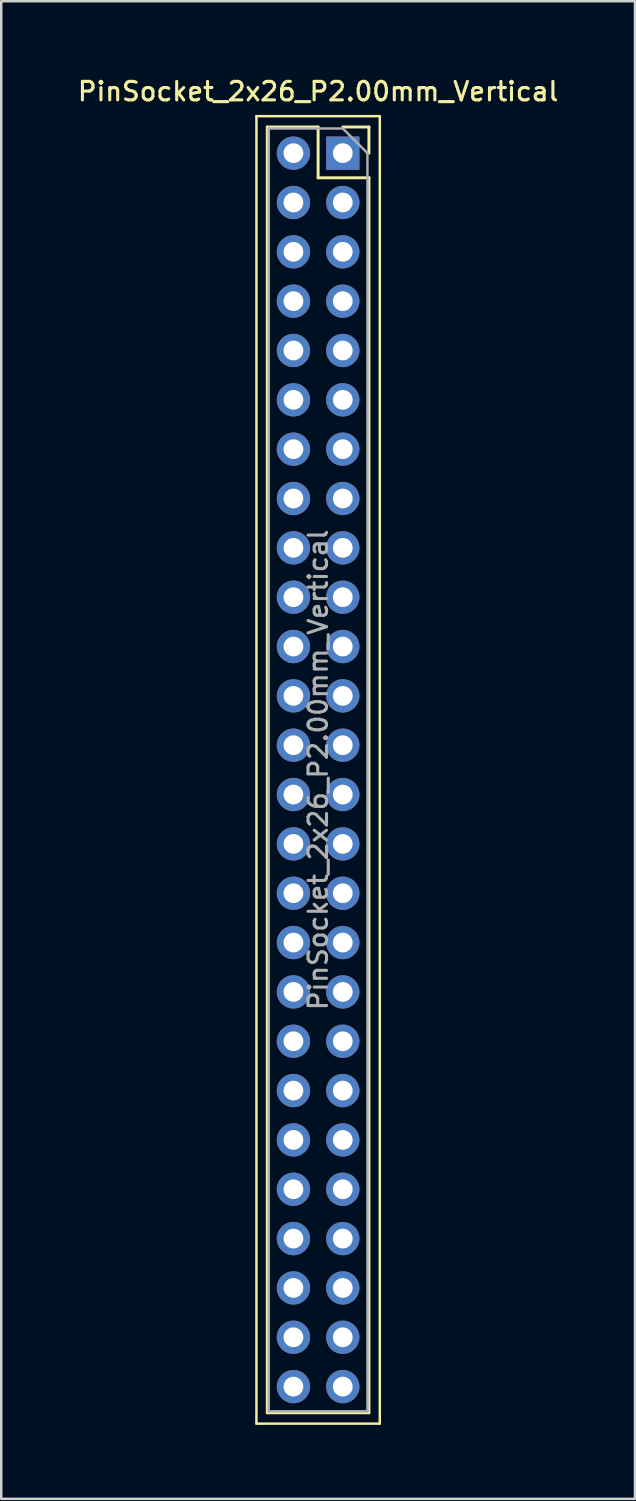
<source format=kicad_pcb>
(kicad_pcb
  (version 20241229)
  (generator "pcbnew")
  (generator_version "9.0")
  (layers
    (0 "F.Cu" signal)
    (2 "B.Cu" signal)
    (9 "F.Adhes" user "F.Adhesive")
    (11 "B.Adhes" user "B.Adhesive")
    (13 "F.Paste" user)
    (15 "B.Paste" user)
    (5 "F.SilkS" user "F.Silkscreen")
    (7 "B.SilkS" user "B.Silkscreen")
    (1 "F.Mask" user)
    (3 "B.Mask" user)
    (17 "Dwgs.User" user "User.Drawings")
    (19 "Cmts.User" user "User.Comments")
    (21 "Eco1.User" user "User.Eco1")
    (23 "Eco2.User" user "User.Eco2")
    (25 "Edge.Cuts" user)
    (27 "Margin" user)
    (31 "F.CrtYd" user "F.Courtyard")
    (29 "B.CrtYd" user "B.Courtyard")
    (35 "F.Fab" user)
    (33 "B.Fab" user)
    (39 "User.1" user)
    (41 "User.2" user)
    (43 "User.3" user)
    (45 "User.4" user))
  (footprint "PinSocket_2x26_P2.00mm_Vertical"
    (layer "F.Cu")
    (at 10.845 3.158)
    (property "Reference" "PinSocket_2x26_P2.00mm_Vertical" (at -1 -2.5 0) (layer "F.SilkS") (effects (font (size 0.75 0.75) (thickness 0.125))))
    (attr through_hole)
    (fp_line (start -3.5 -1.5) (end 1.5 -1.5) (stroke (width 0.1) (type solid)) (layer "F.SilkS"))
    (fp_line (start -3.5 51.5) (end -3.5 -1.5) (stroke (width 0.1) (type solid)) (layer "F.SilkS"))
    (fp_line (start -3.06 -1.06) (end -3.06 51.06) (stroke (width 0.12) (type solid)) (layer "F.SilkS"))
    (fp_line (start -3.06 -1.06) (end -1 -1.06) (stroke (width 0.12) (type solid)) (layer "F.SilkS"))
    (fp_line (start -3.06 51.06) (end 1.06 51.06) (stroke (width 0.12) (type solid)) (layer "F.SilkS"))
    (fp_line (start -1 -1.06) (end -1 1) (stroke (width 0.12) (type solid)) (layer "F.SilkS"))
    (fp_line (start -1 1) (end 1.06 1) (stroke (width 0.12) (type solid)) (layer "F.SilkS"))
    (fp_line (start 0 -1.06) (end 1.06 -1.06) (stroke (width 0.12) (type solid)) (layer "F.SilkS"))
    (fp_line (start 1.06 -1.06) (end 1.06 0) (stroke (width 0.12) (type solid)) (layer "F.SilkS"))
    (fp_line (start 1.06 1) (end 1.06 51.06) (stroke (width 0.12) (type solid)) (layer "F.SilkS"))
    (fp_line (start 1.5 -1.5) (end 1.5 51.5) (stroke (width 0.1) (type solid)) (layer "F.SilkS"))
    (fp_line (start 1.5 51.5) (end -3.5 51.5) (stroke (width 0.1) (type solid)) (layer "F.SilkS"))
    (fp_line (start -3 -1) (end 0 -1) (stroke (width 0.1) (type solid)) (layer "F.Fab"))
    (fp_line (start -3 51) (end -3 -1) (stroke (width 0.1) (type solid)) (layer "F.Fab"))
    (fp_line (start 0 -1) (end 1 0) (stroke (width 0.1) (type solid)) (layer "F.Fab"))
    (fp_line (start 1 0) (end 1 51) (stroke (width 0.1) (type solid)) (layer "F.Fab"))
    (fp_line (start 1 51) (end -3 51) (stroke (width 0.1) (type solid)) (layer "F.Fab"))
    (fp_text user "${REFERENCE}" (at -1 25 90) (layer "F.Fab") (effects (font (size 0.75 0.75) (thickness 0.125))))
    (pad "1" thru_hole rect (at 0 0) (size 1.35 1.35) (drill 0.8) (layers "*.Cu" "*.Mask"))
    (pad "2" thru_hole oval (at -2 0) (size 1.35 1.35) (drill 0.8) (layers "*.Cu" "*.Mask"))
    (pad "3" thru_hole oval (at 0 2) (size 1.35 1.35) (drill 0.8) (layers "*.Cu" "*.Mask"))
    (pad "4" thru_hole oval (at -2 2) (size 1.35 1.35) (drill 0.8) (layers "*.Cu" "*.Mask"))
    (pad "5" thru_hole oval (at 0 4) (size 1.35 1.35) (drill 0.8) (layers "*.Cu" "*.Mask"))
    (pad "6" thru_hole oval (at -2 4) (size 1.35 1.35) (drill 0.8) (layers "*.Cu" "*.Mask"))
    (pad "7" thru_hole oval (at 0 6) (size 1.35 1.35) (drill 0.8) (layers "*.Cu" "*.Mask"))
    (pad "8" thru_hole oval (at -2 6) (size 1.35 1.35) (drill 0.8) (layers "*.Cu" "*.Mask"))
    (pad "9" thru_hole oval (at 0 8) (size 1.35 1.35) (drill 0.8) (layers "*.Cu" "*.Mask"))
    (pad "10" thru_hole oval (at -2 8) (size 1.35 1.35) (drill 0.8) (layers "*.Cu" "*.Mask"))
    (pad "11" thru_hole oval (at 0 10) (size 1.35 1.35) (drill 0.8) (layers "*.Cu" "*.Mask"))
    (pad "12" thru_hole oval (at -2 10) (size 1.35 1.35) (drill 0.8) (layers "*.Cu" "*.Mask"))
    (pad "13" thru_hole oval (at 0 12) (size 1.35 1.35) (drill 0.8) (layers "*.Cu" "*.Mask"))
    (pad "14" thru_hole oval (at -2 12) (size 1.35 1.35) (drill 0.8) (layers "*.Cu" "*.Mask"))
    (pad "15" thru_hole oval (at 0 14) (size 1.35 1.35) (drill 0.8) (layers "*.Cu" "*.Mask"))
    (pad "16" thru_hole oval (at -2 14) (size 1.35 1.35) (drill 0.8) (layers "*.Cu" "*.Mask"))
    (pad "17" thru_hole oval (at 0 16) (size 1.35 1.35) (drill 0.8) (layers "*.Cu" "*.Mask"))
    (pad "18" thru_hole oval (at -2 16) (size 1.35 1.35) (drill 0.8) (layers "*.Cu" "*.Mask"))
    (pad "19" thru_hole oval (at 0 18) (size 1.35 1.35) (drill 0.8) (layers "*.Cu" "*.Mask"))
    (pad "20" thru_hole oval (at -2 18) (size 1.35 1.35) (drill 0.8) (layers "*.Cu" "*.Mask"))
    (pad "21" thru_hole oval (at 0 20) (size 1.35 1.35) (drill 0.8) (layers "*.Cu" "*.Mask"))
    (pad "22" thru_hole oval (at -2 20) (size 1.35 1.35) (drill 0.8) (layers "*.Cu" "*.Mask"))
    (pad "23" thru_hole oval (at 0 22) (size 1.35 1.35) (drill 0.8) (layers "*.Cu" "*.Mask"))
    (pad "24" thru_hole oval (at -2 22) (size 1.35 1.35) (drill 0.8) (layers "*.Cu" "*.Mask"))
    (pad "25" thru_hole oval (at 0 24) (size 1.35 1.35) (drill 0.8) (layers "*.Cu" "*.Mask"))
    (pad "26" thru_hole oval (at -2 24) (size 1.35 1.35) (drill 0.8) (layers "*.Cu" "*.Mask"))
    (pad "27" thru_hole oval (at 0 26) (size 1.35 1.35) (drill 0.8) (layers "*.Cu" "*.Mask"))
    (pad "28" thru_hole oval (at -2 26) (size 1.35 1.35) (drill 0.8) (layers "*.Cu" "*.Mask"))
    (pad "29" thru_hole oval (at 0 28) (size 1.35 1.35) (drill 0.8) (layers "*.Cu" "*.Mask"))
    (pad "30" thru_hole oval (at -2 28) (size 1.35 1.35) (drill 0.8) (layers "*.Cu" "*.Mask"))
    (pad "31" thru_hole oval (at 0 30) (size 1.35 1.35) (drill 0.8) (layers "*.Cu" "*.Mask"))
    (pad "32" thru_hole oval (at -2 30) (size 1.35 1.35) (drill 0.8) (layers "*.Cu" "*.Mask"))
    (pad "33" thru_hole oval (at 0 32) (size 1.35 1.35) (drill 0.8) (layers "*.Cu" "*.Mask"))
    (pad "34" thru_hole oval (at -2 32) (size 1.35 1.35) (drill 0.8) (layers "*.Cu" "*.Mask"))
    (pad "35" thru_hole oval (at 0 34) (size 1.35 1.35) (drill 0.8) (layers "*.Cu" "*.Mask"))
    (pad "36" thru_hole oval (at -2 34) (size 1.35 1.35) (drill 0.8) (layers "*.Cu" "*.Mask"))
    (pad "37" thru_hole oval (at 0 36) (size 1.35 1.35) (drill 0.8) (layers "*.Cu" "*.Mask"))
    (pad "38" thru_hole oval (at -2 36) (size 1.35 1.35) (drill 0.8) (layers "*.Cu" "*.Mask"))
    (pad "39" thru_hole oval (at 0 38) (size 1.35 1.35) (drill 0.8) (layers "*.Cu" "*.Mask"))
    (pad "40" thru_hole oval (at -2 38) (size 1.35 1.35) (drill 0.8) (layers "*.Cu" "*.Mask"))
    (pad "41" thru_hole oval (at 0 40) (size 1.35 1.35) (drill 0.8) (layers "*.Cu" "*.Mask"))
    (pad "42" thru_hole oval (at -2 40) (size 1.35 1.35) (drill 0.8) (layers "*.Cu" "*.Mask"))
    (pad "43" thru_hole oval (at 0 42) (size 1.35 1.35) (drill 0.8) (layers "*.Cu" "*.Mask"))
    (pad "44" thru_hole oval (at -2 42) (size 1.35 1.35) (drill 0.8) (layers "*.Cu" "*.Mask"))
    (pad "45" thru_hole oval (at 0 44) (size 1.35 1.35) (drill 0.8) (layers "*.Cu" "*.Mask"))
    (pad "46" thru_hole oval (at -2 44) (size 1.35 1.35) (drill 0.8) (layers "*.Cu" "*.Mask"))
    (pad "47" thru_hole oval (at 0 46) (size 1.35 1.35) (drill 0.8) (layers "*.Cu" "*.Mask"))
    (pad "48" thru_hole oval (at -2 46) (size 1.35 1.35) (drill 0.8) (layers "*.Cu" "*.Mask"))
    (pad "49" thru_hole oval (at 0 48) (size 1.35 1.35) (drill 0.8) (layers "*.Cu" "*.Mask"))
    (pad "50" thru_hole oval (at -2 48) (size 1.35 1.35) (drill 0.8) (layers "*.Cu" "*.Mask"))
    (pad "51" thru_hole oval (at 0 50) (size 1.35 1.35) (drill 0.8) (layers "*.Cu" "*.Mask"))
    (pad "52" thru_hole oval (at -2 50) (size 1.35 1.35) (drill 0.8) (layers "*.Cu" "*.Mask")))
  (gr_rect
    (start -3 -3)
    (end 22.689 57.708)
    (stroke (width 0.1) (type default))
    (fill no)
    (layer "Edge.Cuts")))
</source>
